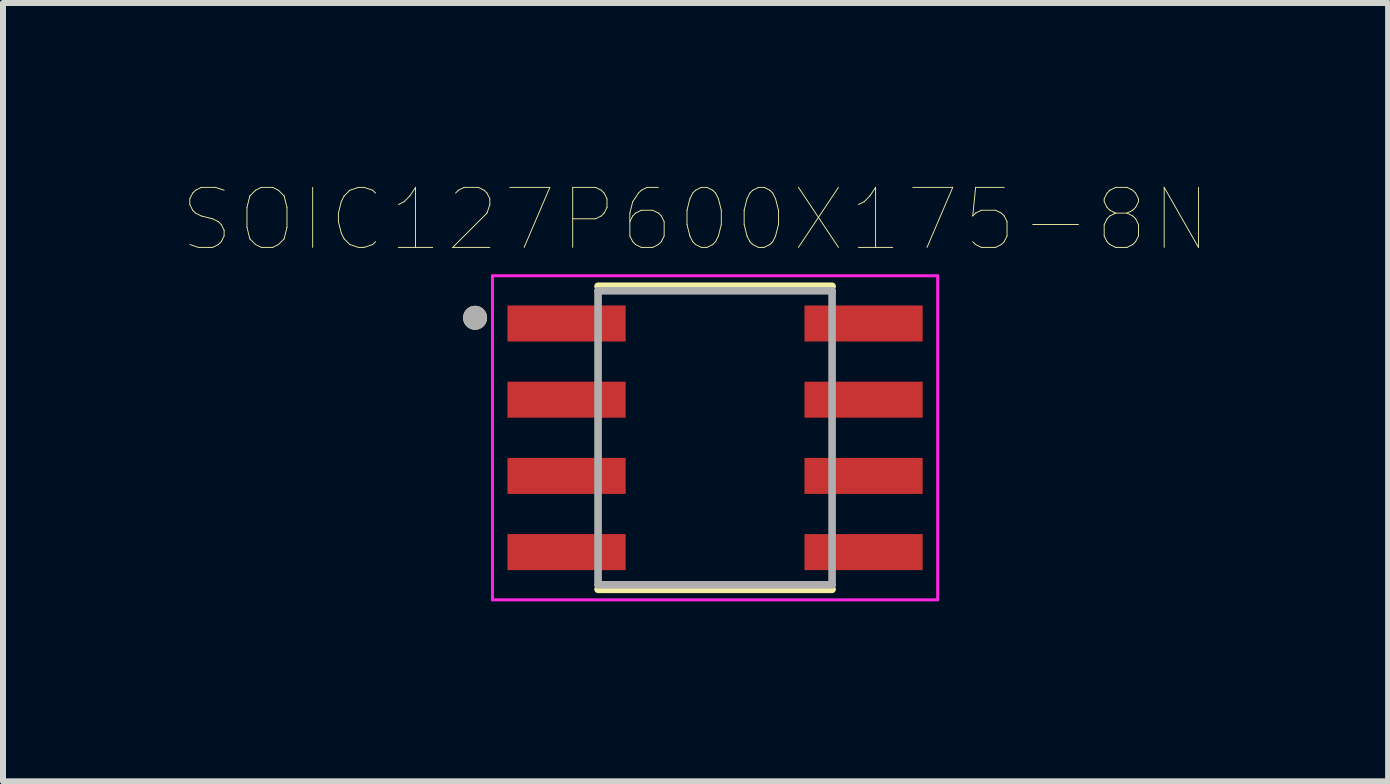
<source format=kicad_pcb>
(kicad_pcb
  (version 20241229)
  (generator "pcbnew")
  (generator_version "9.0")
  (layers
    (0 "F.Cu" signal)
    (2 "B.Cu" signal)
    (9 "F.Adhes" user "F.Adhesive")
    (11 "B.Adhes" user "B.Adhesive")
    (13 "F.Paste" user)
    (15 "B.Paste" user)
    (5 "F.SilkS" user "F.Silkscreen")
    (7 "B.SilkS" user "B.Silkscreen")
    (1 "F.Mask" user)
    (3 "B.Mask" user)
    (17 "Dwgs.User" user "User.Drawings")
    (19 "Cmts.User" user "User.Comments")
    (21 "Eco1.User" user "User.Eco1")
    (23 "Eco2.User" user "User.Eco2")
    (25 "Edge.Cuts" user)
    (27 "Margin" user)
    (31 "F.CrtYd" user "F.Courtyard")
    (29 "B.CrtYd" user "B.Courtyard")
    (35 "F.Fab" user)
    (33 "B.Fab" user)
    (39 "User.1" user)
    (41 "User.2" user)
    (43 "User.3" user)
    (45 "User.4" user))
  (footprint "SOIC127P600X175-8N"
    (layer "F.Cu")
    (at 8.867 4.246)
    (property "Reference" "SOIC127P600X175-8N" (at -0.325 -3.635 0) (layer "F.SilkS") (effects (font (size 1 1) (thickness 0.015))))
    (attr through_hole)
    (fp_line (start -1.95 2.525) (end 1.95 2.525) (stroke (width 0.127) (type solid)) (layer "F.SilkS"))
    (fp_line (start 1.95 -2.525) (end -1.95 -2.525) (stroke (width 0.127) (type solid)) (layer "F.SilkS"))
    (fp_circle (center -4 -2) (end -3.9 -2) (stroke (width 0.2) (type solid)) (fill no) (layer "F.SilkS"))
    (fp_line (start -3.71 -2.7) (end 3.71 -2.7) (stroke (width 0.05) (type solid)) (layer "F.CrtYd"))
    (fp_line (start -3.71 2.7) (end -3.71 -2.7) (stroke (width 0.05) (type solid)) (layer "F.CrtYd"))
    (fp_line (start 3.71 -2.7) (end 3.71 2.7) (stroke (width 0.05) (type solid)) (layer "F.CrtYd"))
    (fp_line (start 3.71 2.7) (end -3.71 2.7) (stroke (width 0.05) (type solid)) (layer "F.CrtYd"))
    (fp_line (start -1.95 -2.45) (end -1.95 2.45) (stroke (width 0.127) (type solid)) (layer "F.Fab"))
    (fp_line (start -1.95 2.45) (end 1.95 2.45) (stroke (width 0.127) (type solid)) (layer "F.Fab"))
    (fp_line (start 1.95 -2.45) (end -1.95 -2.45) (stroke (width 0.127) (type solid)) (layer "F.Fab"))
    (fp_line (start 1.95 2.45) (end 1.95 -2.45) (stroke (width 0.127) (type solid)) (layer "F.Fab"))
    (fp_circle (center -4 -2) (end -3.9 -2) (stroke (width 0.2) (type solid)) (fill no) (layer "F.Fab"))
    (pad "1" smd rect (at -2.475 -1.905) (size 1.97 0.6) (layers "F.Cu" "F.Mask" "F.Paste"))
    (pad "2" smd rect (at -2.475 -0.635) (size 1.97 0.6) (layers "F.Cu" "F.Mask" "F.Paste"))
    (pad "3" smd rect (at -2.475 0.635) (size 1.97 0.6) (layers "F.Cu" "F.Mask" "F.Paste"))
    (pad "4" smd rect (at -2.475 1.905) (size 1.97 0.6) (layers "F.Cu" "F.Mask" "F.Paste"))
    (pad "5" smd rect (at 2.475 1.905) (size 1.97 0.6) (layers "F.Cu" "F.Mask" "F.Paste"))
    (pad "6" smd rect (at 2.475 0.635) (size 1.97 0.6) (layers "F.Cu" "F.Mask" "F.Paste"))
    (pad "7" smd rect (at 2.475 -0.635) (size 1.97 0.6) (layers "F.Cu" "F.Mask" "F.Paste"))
    (pad "8" smd rect (at 2.475 -1.905) (size 1.97 0.6) (layers "F.Cu" "F.Mask" "F.Paste")))
  (gr_rect
    (start -3 -3)
    (end 20.083 9.971)
    (stroke (width 0.1) (type default))
    (fill no)
    (layer "Edge.Cuts")))
</source>
